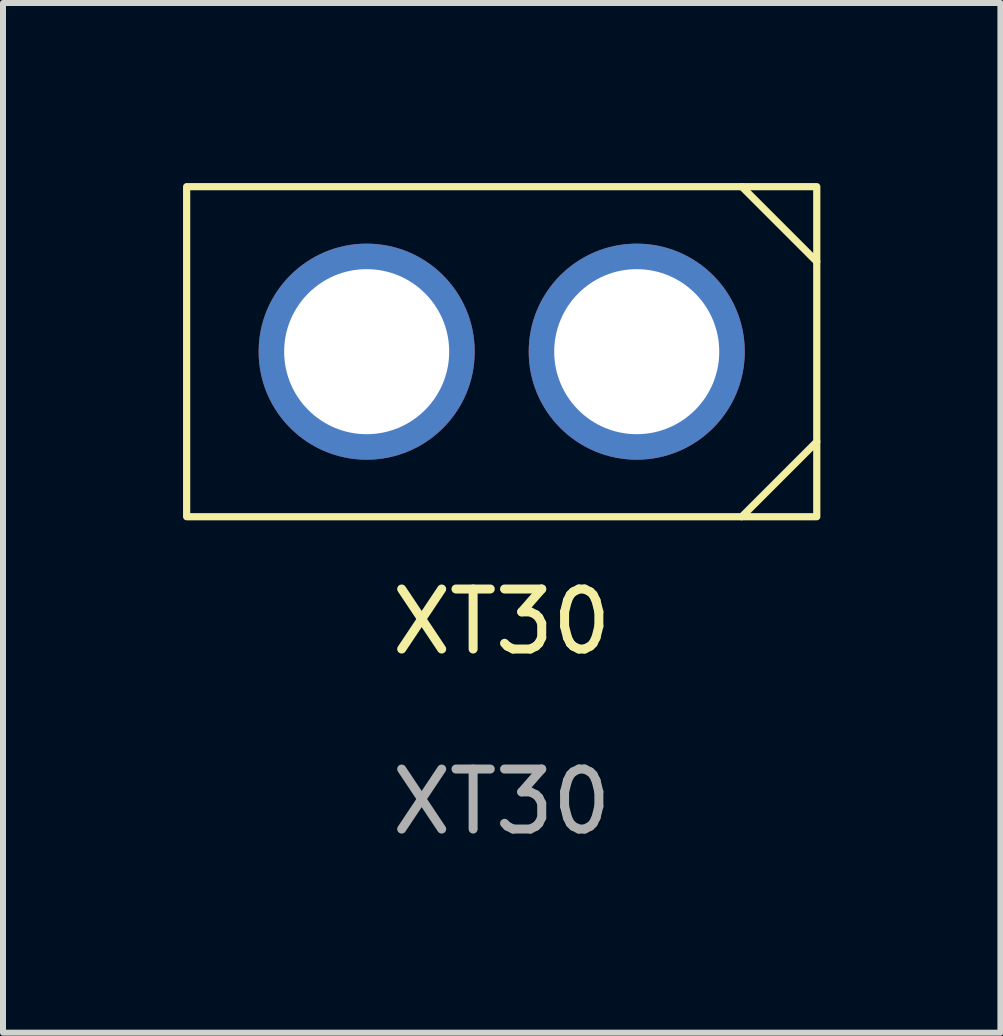
<source format=kicad_pcb>
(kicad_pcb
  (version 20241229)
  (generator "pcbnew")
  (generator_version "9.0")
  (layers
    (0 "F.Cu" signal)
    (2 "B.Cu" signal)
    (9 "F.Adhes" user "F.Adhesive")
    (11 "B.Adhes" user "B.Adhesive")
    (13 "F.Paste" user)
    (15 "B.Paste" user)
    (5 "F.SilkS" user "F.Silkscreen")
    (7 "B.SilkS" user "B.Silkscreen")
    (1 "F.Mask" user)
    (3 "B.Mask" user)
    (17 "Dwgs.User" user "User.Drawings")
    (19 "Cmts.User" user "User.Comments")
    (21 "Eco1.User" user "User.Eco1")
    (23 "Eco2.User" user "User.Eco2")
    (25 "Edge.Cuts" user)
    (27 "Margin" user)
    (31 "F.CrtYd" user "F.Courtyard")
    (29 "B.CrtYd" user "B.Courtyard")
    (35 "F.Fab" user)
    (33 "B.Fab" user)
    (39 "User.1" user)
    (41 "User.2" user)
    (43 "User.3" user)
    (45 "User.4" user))
  (footprint "XT30"
    (layer "F.Cu")
    (at 5.31 7.81)
    (property "Reference" "XT30" (at 0 -0.5 0) (unlocked yes) (layer "F.SilkS") (effects (font (size 1 1) (thickness 0.15))))
    (attr through_hole)
    (fp_line (start 4 -7.75) (end 5.25 -6.5) (stroke (width 0.12) (type solid)) (layer "F.SilkS"))
    (fp_line (start 4 -2.25) (end 5.25 -3.5) (stroke (width 0.12) (type solid)) (layer "F.SilkS"))
    (fp_rect (start 5.25 -2.25) (end -5.25 -7.75) (stroke (width 0.12) (type solid)) (fill no) (layer "F.SilkS"))
    (fp_text user "${REFERENCE}" (at 0 2.5 0) (unlocked yes) (layer "F.Fab") (effects (font (size 1 1) (thickness 0.15))))
    (pad "1" thru_hole circle (at -2.25 -5) (size 3.6 3.6) (drill 2.75) (layers "*.Cu" "*.Mask"))
    (pad "2" thru_hole circle (at 2.25 -5) (size 3.6 3.6) (drill 2.75) (layers "*.Cu" "*.Mask")))
  (gr_rect
    (start -3 -3)
    (end 13.62 14.158)
    (stroke (width 0.1) (type default))
    (fill no)
    (layer "Edge.Cuts")))
</source>
